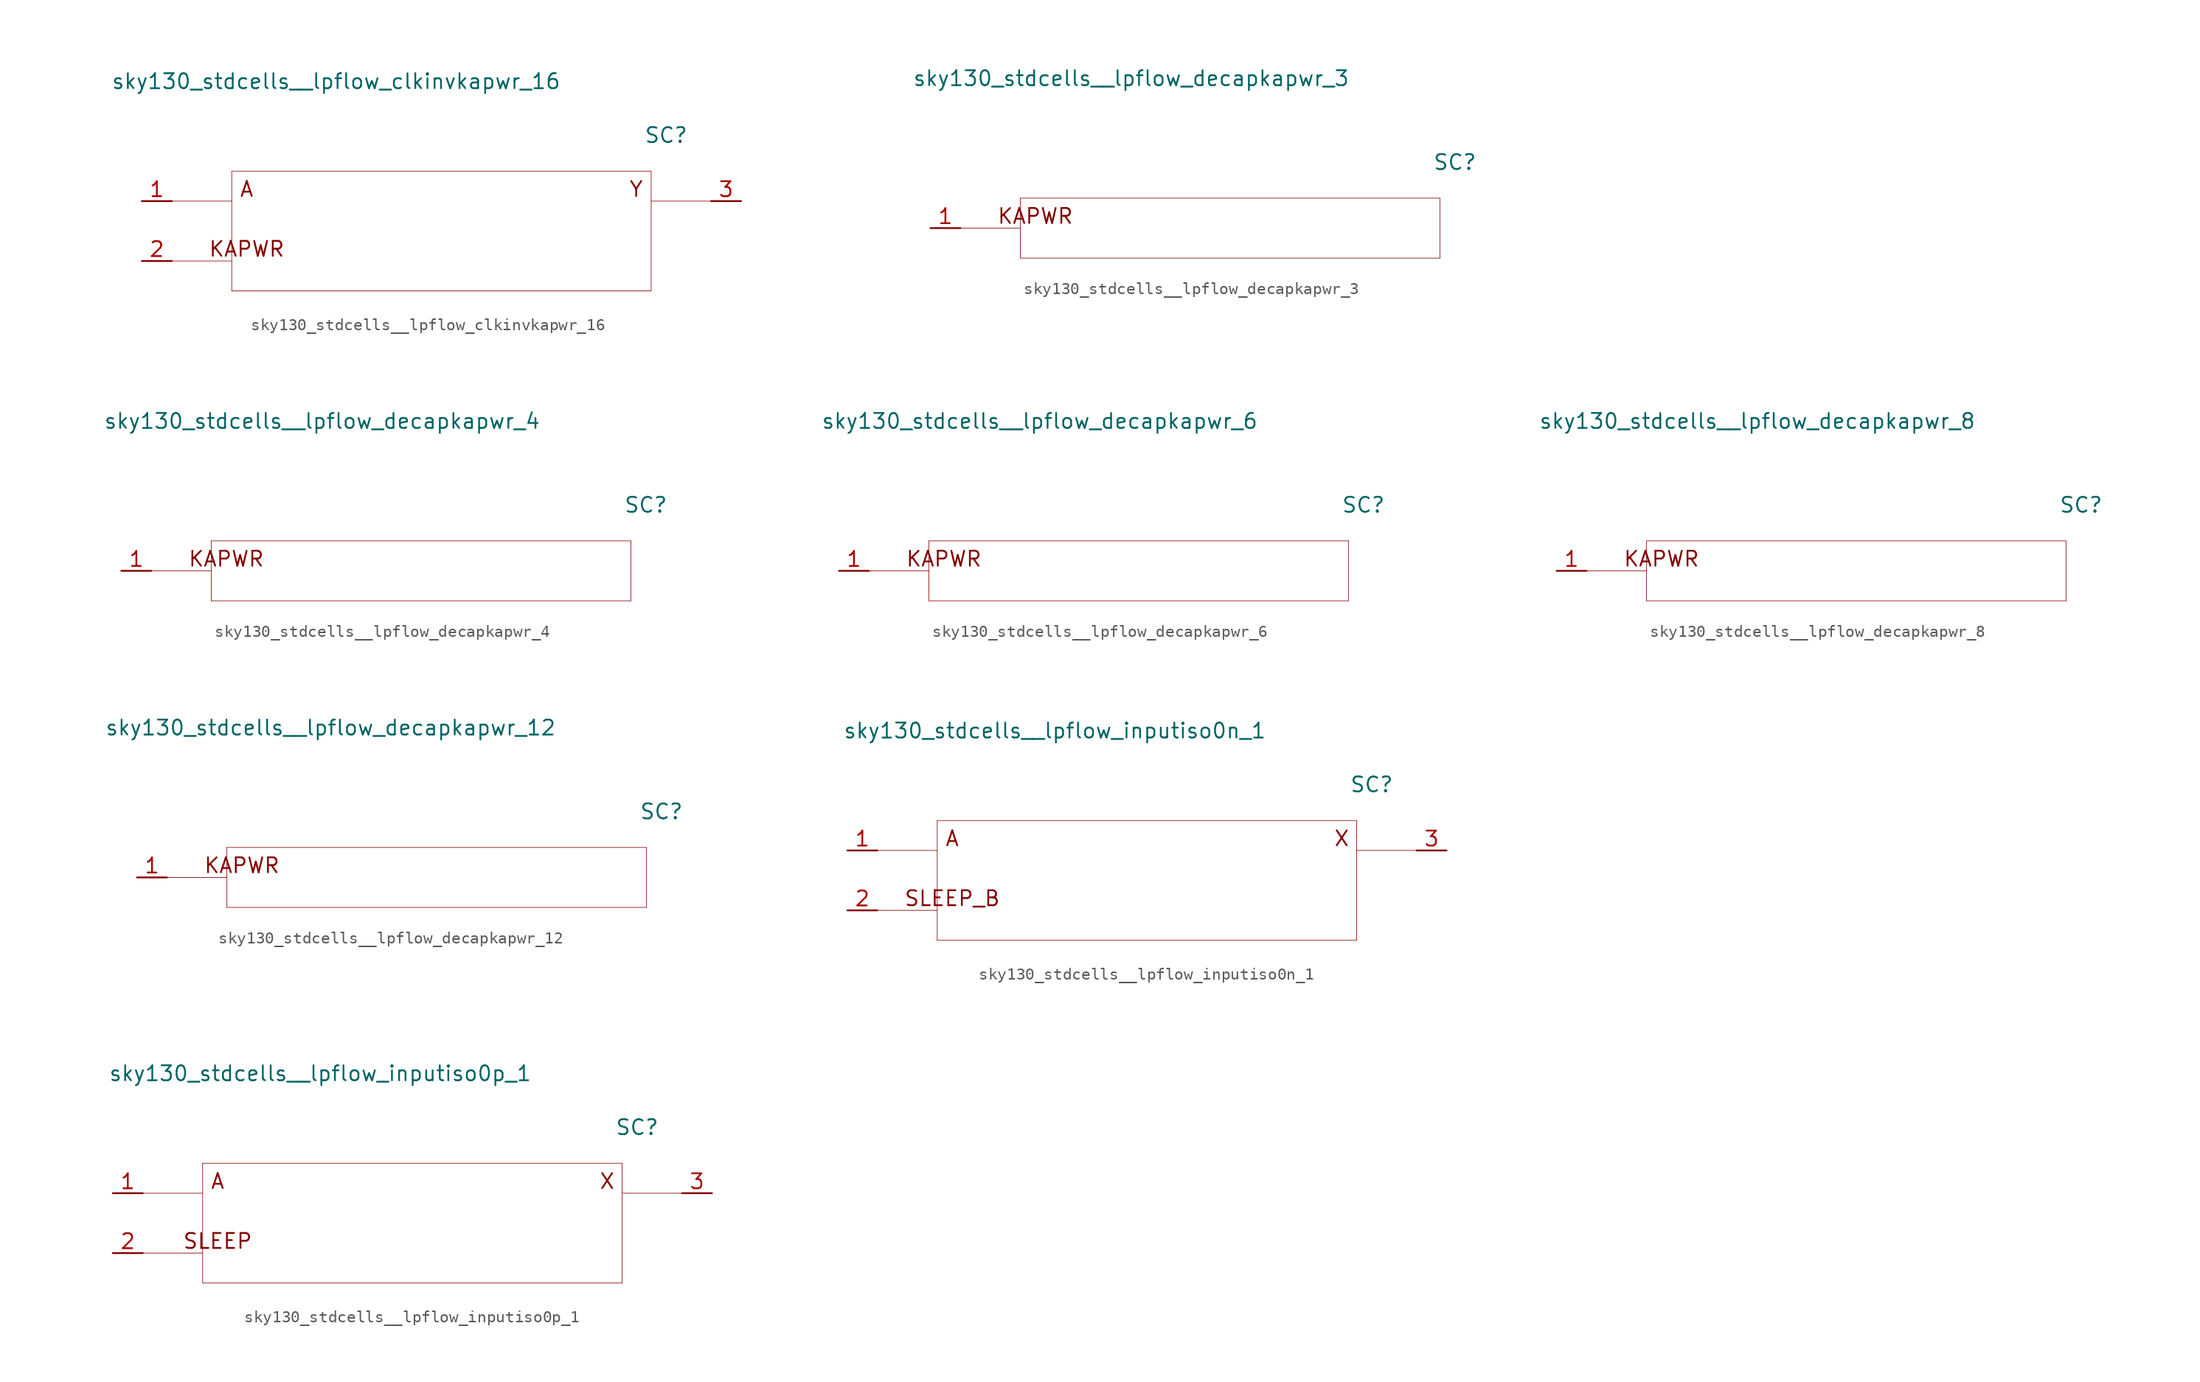
<source format=kicad_sym>
(kicad_symbol_lib
  (version 20211014)
  (generator kicad_symbol_editor)
  (symbol "sky130_stdcells__lpflow_clkinvkapwr_16"
    (pin_names hide)
    (property "Reference" "SC"
      (at 19.05 8.128 0)
      (effects (font (size 1.27 1.27))))
    (property "Value" "sky130_stdcells__lpflow_clkinvkapwr_16"
      (at 10.16 12.7 0)
      (effects (font (size 1.27 1.27)) (justify right)))
    (symbol "sky130_stdcells__lpflow_clkinvkapwr_16_0_0"
      (polyline (pts (xy -22.86 -2.54) (xy -17.78 -2.54)) (stroke (width 0.051) (type default) (color 0 0 0 0)) (fill (type none)))
      (polyline (pts (xy -22.86 2.54) (xy -17.78 2.54)) (stroke (width 0.051) (type default) (color 0 0 0 0)) (fill (type none)))
      (polyline (pts (xy -17.78 -5.08) (xy 17.78 -5.08)) (stroke (width 0.051) (type default) (color 0 0 0 0)) (fill (type none)))
      (polyline (pts (xy -17.78 5.08) (xy -17.78 -5.08)) (stroke (width 0.051) (type default) (color 0 0 0 0)) (fill (type none)))
      (polyline (pts (xy -17.78 5.08) (xy 17.78 5.08)) (stroke (width 0.051) (type default) (color 0 0 0 0)) (fill (type none)))
      (polyline (pts (xy 17.78 2.54) (xy 22.86 2.54)) (stroke (width 0.051) (type default) (color 0 0 0 0)) (fill (type none)))
      (polyline (pts (xy 17.78 5.08) (xy 17.78 -5.08)) (stroke (width 0.051) (type default) (color 0 0 0 0)) (fill (type none)))
      (text "A" (at -16.51 3.556 0) (effects (font (size 1.27 1.27))))
      (text "KAPWR" (at -16.51 -1.524 0) (effects (font (size 1.27 1.27))))
      (text "Y" (at 16.51 3.556 0) (effects (font (size 1.27 1.27)))))
    (symbol "sky130_stdcells__lpflow_clkinvkapwr_16_1_1"
      (pin input line (at -25.4 2.54 0) (length 2.54) (name "A" (effects (font (size 1.092 1.092)))) (number "1" (effects (font (size 1.27 1.27)))))
      (pin input line (at -25.4 -2.54 0) (length 2.54) (name "KAPWR" (effects (font (size 1.092 1.092)))) (number "2" (effects (font (size 1.27 1.27)))))
      (pin output line (at 25.4 2.54 180) (length 2.54) (name "Y" (effects (font (size 1.092 1.092)))) (number "3" (effects (font (size 1.27 1.27)))))))
  (symbol "sky130_stdcells__lpflow_decapkapwr_3"
    (pin_names hide)
    (property "Reference" "SC"
      (at 19.05 5.588 0)
      (effects (font (size 1.27 1.27))))
    (property "Value" "sky130_stdcells__lpflow_decapkapwr_3"
      (at 10.16 12.7 0)
      (effects (font (size 1.27 1.27)) (justify right)))
    (symbol "sky130_stdcells__lpflow_decapkapwr_3_0_0"
      (polyline (pts (xy -22.86 0) (xy -17.78 0)) (stroke (width 0.051) (type default) (color 0 0 0 0)) (fill (type none)))
      (polyline (pts (xy -17.78 -2.54) (xy 17.78 -2.54)) (stroke (width 0.051) (type default) (color 0 0 0 0)) (fill (type none)))
      (polyline (pts (xy -17.78 2.54) (xy -17.78 -2.54)) (stroke (width 0.051) (type default) (color 0 0 0 0)) (fill (type none)))
      (polyline (pts (xy -17.78 2.54) (xy 17.78 2.54)) (stroke (width 0.051) (type default) (color 0 0 0 0)) (fill (type none)))
      (polyline (pts (xy 17.78 2.54) (xy 17.78 -2.54)) (stroke (width 0.051) (type default) (color 0 0 0 0)) (fill (type none)))
      (text "KAPWR" (at -16.51 1.016 0) (effects (font (size 1.27 1.27)))))
    (symbol "sky130_stdcells__lpflow_decapkapwr_3_1_1"
      (pin input line (at -25.4 0 0) (length 2.54) (name "KAPWR" (effects (font (size 1.092 1.092)))) (number "1" (effects (font (size 1.27 1.27)))))))
  (symbol "sky130_stdcells__lpflow_decapkapwr_4"
    (pin_names hide)
    (property "Reference" "SC"
      (at 19.05 5.588 0)
      (effects (font (size 1.27 1.27))))
    (property "Value" "sky130_stdcells__lpflow_decapkapwr_4"
      (at 10.16 12.7 0)
      (effects (font (size 1.27 1.27)) (justify right)))
    (symbol "sky130_stdcells__lpflow_decapkapwr_4_0_0"
      (polyline (pts (xy -22.86 0) (xy -17.78 0)) (stroke (width 0.051) (type default) (color 0 0 0 0)) (fill (type none)))
      (polyline (pts (xy -17.78 -2.54) (xy 17.78 -2.54)) (stroke (width 0.051) (type default) (color 0 0 0 0)) (fill (type none)))
      (polyline (pts (xy -17.78 2.54) (xy -17.78 -2.54)) (stroke (width 0.051) (type default) (color 0 0 0 0)) (fill (type none)))
      (polyline (pts (xy -17.78 2.54) (xy 17.78 2.54)) (stroke (width 0.051) (type default) (color 0 0 0 0)) (fill (type none)))
      (polyline (pts (xy 17.78 2.54) (xy 17.78 -2.54)) (stroke (width 0.051) (type default) (color 0 0 0 0)) (fill (type none)))
      (text "KAPWR" (at -16.51 1.016 0) (effects (font (size 1.27 1.27)))))
    (symbol "sky130_stdcells__lpflow_decapkapwr_4_1_1"
      (pin input line (at -25.4 0 0) (length 2.54) (name "KAPWR" (effects (font (size 1.092 1.092)))) (number "1" (effects (font (size 1.27 1.27)))))))
  (symbol "sky130_stdcells__lpflow_decapkapwr_6"
    (pin_names hide)
    (property "Reference" "SC"
      (at 19.05 5.588 0)
      (effects (font (size 1.27 1.27))))
    (property "Value" "sky130_stdcells__lpflow_decapkapwr_6"
      (at 10.16 12.7 0)
      (effects (font (size 1.27 1.27)) (justify right)))
    (symbol "sky130_stdcells__lpflow_decapkapwr_6_0_0"
      (polyline (pts (xy -22.86 0) (xy -17.78 0)) (stroke (width 0.051) (type default) (color 0 0 0 0)) (fill (type none)))
      (polyline (pts (xy -17.78 -2.54) (xy 17.78 -2.54)) (stroke (width 0.051) (type default) (color 0 0 0 0)) (fill (type none)))
      (polyline (pts (xy -17.78 2.54) (xy -17.78 -2.54)) (stroke (width 0.051) (type default) (color 0 0 0 0)) (fill (type none)))
      (polyline (pts (xy -17.78 2.54) (xy 17.78 2.54)) (stroke (width 0.051) (type default) (color 0 0 0 0)) (fill (type none)))
      (polyline (pts (xy 17.78 2.54) (xy 17.78 -2.54)) (stroke (width 0.051) (type default) (color 0 0 0 0)) (fill (type none)))
      (text "KAPWR" (at -16.51 1.016 0) (effects (font (size 1.27 1.27)))))
    (symbol "sky130_stdcells__lpflow_decapkapwr_6_1_1"
      (pin input line (at -25.4 0 0) (length 2.54) (name "KAPWR" (effects (font (size 1.092 1.092)))) (number "1" (effects (font (size 1.27 1.27)))))))
  (symbol "sky130_stdcells__lpflow_decapkapwr_8"
    (pin_names hide)
    (property "Reference" "SC"
      (at 19.05 5.588 0)
      (effects (font (size 1.27 1.27))))
    (property "Value" "sky130_stdcells__lpflow_decapkapwr_8"
      (at 10.16 12.7 0)
      (effects (font (size 1.27 1.27)) (justify right)))
    (symbol "sky130_stdcells__lpflow_decapkapwr_8_0_0"
      (polyline (pts (xy -22.86 0) (xy -17.78 0)) (stroke (width 0.051) (type default) (color 0 0 0 0)) (fill (type none)))
      (polyline (pts (xy -17.78 -2.54) (xy 17.78 -2.54)) (stroke (width 0.051) (type default) (color 0 0 0 0)) (fill (type none)))
      (polyline (pts (xy -17.78 2.54) (xy -17.78 -2.54)) (stroke (width 0.051) (type default) (color 0 0 0 0)) (fill (type none)))
      (polyline (pts (xy -17.78 2.54) (xy 17.78 2.54)) (stroke (width 0.051) (type default) (color 0 0 0 0)) (fill (type none)))
      (polyline (pts (xy 17.78 2.54) (xy 17.78 -2.54)) (stroke (width 0.051) (type default) (color 0 0 0 0)) (fill (type none)))
      (text "KAPWR" (at -16.51 1.016 0) (effects (font (size 1.27 1.27)))))
    (symbol "sky130_stdcells__lpflow_decapkapwr_8_1_1"
      (pin input line (at -25.4 0 0) (length 2.54) (name "KAPWR" (effects (font (size 1.092 1.092)))) (number "1" (effects (font (size 1.27 1.27)))))))
  (symbol "sky130_stdcells__lpflow_decapkapwr_12"
    (pin_names hide)
    (property "Reference" "SC"
      (at 19.05 5.588 0)
      (effects (font (size 1.27 1.27))))
    (property "Value" "sky130_stdcells__lpflow_decapkapwr_12"
      (at 10.16 12.7 0)
      (effects (font (size 1.27 1.27)) (justify right)))
    (symbol "sky130_stdcells__lpflow_decapkapwr_12_0_0"
      (polyline (pts (xy -22.86 0) (xy -17.78 0)) (stroke (width 0.051) (type default) (color 0 0 0 0)) (fill (type none)))
      (polyline (pts (xy -17.78 -2.54) (xy 17.78 -2.54)) (stroke (width 0.051) (type default) (color 0 0 0 0)) (fill (type none)))
      (polyline (pts (xy -17.78 2.54) (xy -17.78 -2.54)) (stroke (width 0.051) (type default) (color 0 0 0 0)) (fill (type none)))
      (polyline (pts (xy -17.78 2.54) (xy 17.78 2.54)) (stroke (width 0.051) (type default) (color 0 0 0 0)) (fill (type none)))
      (polyline (pts (xy 17.78 2.54) (xy 17.78 -2.54)) (stroke (width 0.051) (type default) (color 0 0 0 0)) (fill (type none)))
      (text "KAPWR" (at -16.51 1.016 0) (effects (font (size 1.27 1.27)))))
    (symbol "sky130_stdcells__lpflow_decapkapwr_12_1_1"
      (pin input line (at -25.4 0 0) (length 2.54) (name "KAPWR" (effects (font (size 1.092 1.092)))) (number "1" (effects (font (size 1.27 1.27)))))))
  (symbol "sky130_stdcells__lpflow_inputiso0n_1"
    (pin_names hide)
    (property "Reference" "SC"
      (at 19.05 8.128 0)
      (effects (font (size 1.27 1.27))))
    (property "Value" "sky130_stdcells__lpflow_inputiso0n_1"
      (at 10.16 12.7 0)
      (effects (font (size 1.27 1.27)) (justify right)))
    (symbol "sky130_stdcells__lpflow_inputiso0n_1_0_0"
      (polyline (pts (xy -22.86 -2.54) (xy -17.78 -2.54)) (stroke (width 0.051) (type default) (color 0 0 0 0)) (fill (type none)))
      (polyline (pts (xy -22.86 2.54) (xy -17.78 2.54)) (stroke (width 0.051) (type default) (color 0 0 0 0)) (fill (type none)))
      (polyline (pts (xy -17.78 -5.08) (xy 17.78 -5.08)) (stroke (width 0.051) (type default) (color 0 0 0 0)) (fill (type none)))
      (polyline (pts (xy -17.78 5.08) (xy -17.78 -5.08)) (stroke (width 0.051) (type default) (color 0 0 0 0)) (fill (type none)))
      (polyline (pts (xy -17.78 5.08) (xy 17.78 5.08)) (stroke (width 0.051) (type default) (color 0 0 0 0)) (fill (type none)))
      (polyline (pts (xy 17.78 2.54) (xy 22.86 2.54)) (stroke (width 0.051) (type default) (color 0 0 0 0)) (fill (type none)))
      (polyline (pts (xy 17.78 5.08) (xy 17.78 -5.08)) (stroke (width 0.051) (type default) (color 0 0 0 0)) (fill (type none)))
      (text "A" (at -16.51 3.556 0) (effects (font (size 1.27 1.27))))
      (text "SLEEP_B" (at -16.51 -1.524 0) (effects (font (size 1.27 1.27))))
      (text "X" (at 16.51 3.556 0) (effects (font (size 1.27 1.27)))))
    (symbol "sky130_stdcells__lpflow_inputiso0n_1_1_1"
      (pin input line (at -25.4 2.54 0) (length 2.54) (name "A" (effects (font (size 1.092 1.092)))) (number "1" (effects (font (size 1.27 1.27)))))
      (pin input line (at -25.4 -2.54 0) (length 2.54) (name "SLEEP_B" (effects (font (size 1.092 1.092)))) (number "2" (effects (font (size 1.27 1.27)))))
      (pin output line (at 25.4 2.54 180) (length 2.54) (name "X" (effects (font (size 1.092 1.092)))) (number "3" (effects (font (size 1.27 1.27)))))))
  (symbol "sky130_stdcells__lpflow_inputiso0p_1"
    (pin_names hide)
    (property "Reference" "SC"
      (at 19.05 8.128 0)
      (effects (font (size 1.27 1.27))))
    (property "Value" "sky130_stdcells__lpflow_inputiso0p_1"
      (at 10.16 12.7 0)
      (effects (font (size 1.27 1.27)) (justify right)))
    (symbol "sky130_stdcells__lpflow_inputiso0p_1_0_0"
      (polyline (pts (xy -22.86 -2.54) (xy -17.78 -2.54)) (stroke (width 0.051) (type default) (color 0 0 0 0)) (fill (type none)))
      (polyline (pts (xy -22.86 2.54) (xy -17.78 2.54)) (stroke (width 0.051) (type default) (color 0 0 0 0)) (fill (type none)))
      (polyline (pts (xy -17.78 -5.08) (xy 17.78 -5.08)) (stroke (width 0.051) (type default) (color 0 0 0 0)) (fill (type none)))
      (polyline (pts (xy -17.78 5.08) (xy -17.78 -5.08)) (stroke (width 0.051) (type default) (color 0 0 0 0)) (fill (type none)))
      (polyline (pts (xy -17.78 5.08) (xy 17.78 5.08)) (stroke (width 0.051) (type default) (color 0 0 0 0)) (fill (type none)))
      (polyline (pts (xy 17.78 2.54) (xy 22.86 2.54)) (stroke (width 0.051) (type default) (color 0 0 0 0)) (fill (type none)))
      (polyline (pts (xy 17.78 5.08) (xy 17.78 -5.08)) (stroke (width 0.051) (type default) (color 0 0 0 0)) (fill (type none)))
      (text "A" (at -16.51 3.556 0) (effects (font (size 1.27 1.27))))
      (text "SLEEP" (at -16.51 -1.524 0) (effects (font (size 1.27 1.27))))
      (text "X" (at 16.51 3.556 0) (effects (font (size 1.27 1.27)))))
    (symbol "sky130_stdcells__lpflow_inputiso0p_1_1_1"
      (pin input line (at -25.4 2.54 0) (length 2.54) (name "A" (effects (font (size 1.092 1.092)))) (number "1" (effects (font (size 1.27 1.27)))))
      (pin input line (at -25.4 -2.54 0) (length 2.54) (name "SLEEP" (effects (font (size 1.092 1.092)))) (number "2" (effects (font (size 1.27 1.27)))))
      (pin output line (at 25.4 2.54 180) (length 2.54) (name "X" (effects (font (size 1.092 1.092)))) (number "3" (effects (font (size 1.27 1.27))))))))
</source>
